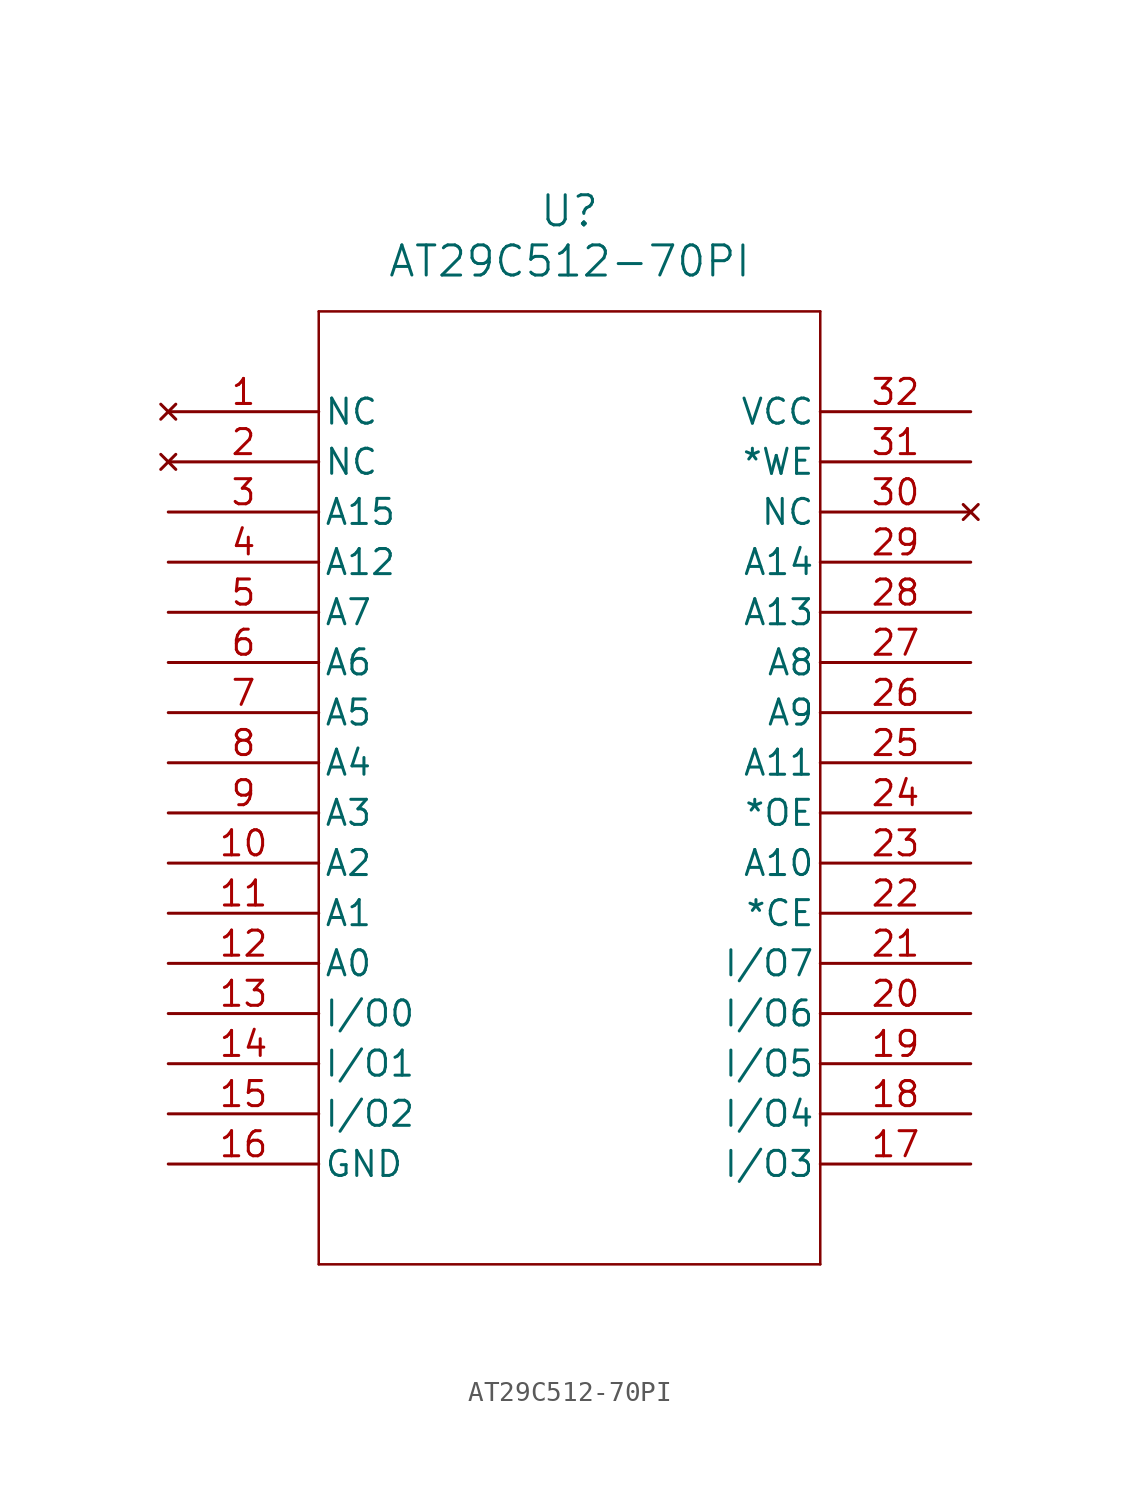
<source format=kicad_sym>
(kicad_symbol_lib
  (version 20211014)
  (generator kicad_symbol_editor)
  (symbol "AT29C512-70PI"
    (pin_names
      (offset 0.254))
    (property "Reference" "U"
      (at 20.32 10.16 0)
      (effects (font (size 1.524 1.524))))
    (property "Value" "AT29C512-70PI"
      (at 20.32 7.62 0)
      (effects (font (size 1.524 1.524))))
    (symbol "AT29C512-70PI_0_1"
      (polyline (pts (xy 7.62 5.08) (xy 7.62 -43.18)) (stroke (width 0.127) (type default) (color 0 0 0 0)) (fill (type none)))
      (polyline (pts (xy 7.62 -43.18) (xy 33.02 -43.18)) (stroke (width 0.127) (type default) (color 0 0 0 0)) (fill (type none)))
      (polyline (pts (xy 33.02 -43.18) (xy 33.02 5.08)) (stroke (width 0.127) (type default) (color 0 0 0 0)) (fill (type none)))
      (polyline (pts (xy 33.02 5.08) (xy 7.62 5.08)) (stroke (width 0.127) (type default) (color 0 0 0 0)) (fill (type none)))
      (pin no_connect line (at 0 0 0) (length 7.62) (name "NC" (effects (font (size 1.27 1.27)))) (number "1" (effects (font (size 1.27 1.27)))))
      (pin no_connect line (at 0 -2.54 0) (length 7.62) (name "NC" (effects (font (size 1.27 1.27)))) (number "2" (effects (font (size 1.27 1.27)))))
      (pin bidirectional line (at 0 -5.08 0) (length 7.62) (name "A15" (effects (font (size 1.27 1.27)))) (number "3" (effects (font (size 1.27 1.27)))))
      (pin bidirectional line (at 0 -7.62 0) (length 7.62) (name "A12" (effects (font (size 1.27 1.27)))) (number "4" (effects (font (size 1.27 1.27)))))
      (pin bidirectional line (at 0 -10.16 0) (length 7.62) (name "A7" (effects (font (size 1.27 1.27)))) (number "5" (effects (font (size 1.27 1.27)))))
      (pin bidirectional line (at 0 -12.7 0) (length 7.62) (name "A6" (effects (font (size 1.27 1.27)))) (number "6" (effects (font (size 1.27 1.27)))))
      (pin bidirectional line (at 0 -15.24 0) (length 7.62) (name "A5" (effects (font (size 1.27 1.27)))) (number "7" (effects (font (size 1.27 1.27)))))
      (pin bidirectional line (at 0 -17.78 0) (length 7.62) (name "A4" (effects (font (size 1.27 1.27)))) (number "8" (effects (font (size 1.27 1.27)))))
      (pin bidirectional line (at 0 -20.32 0) (length 7.62) (name "A3" (effects (font (size 1.27 1.27)))) (number "9" (effects (font (size 1.27 1.27)))))
      (pin bidirectional line (at 0 -22.86 0) (length 7.62) (name "A2" (effects (font (size 1.27 1.27)))) (number "10" (effects (font (size 1.27 1.27)))))
      (pin bidirectional line (at 0 -25.4 0) (length 7.62) (name "A1" (effects (font (size 1.27 1.27)))) (number "11" (effects (font (size 1.27 1.27)))))
      (pin bidirectional line (at 0 -27.94 0) (length 7.62) (name "A0" (effects (font (size 1.27 1.27)))) (number "12" (effects (font (size 1.27 1.27)))))
      (pin bidirectional line (at 0 -30.48 0) (length 7.62) (name "I/O0" (effects (font (size 1.27 1.27)))) (number "13" (effects (font (size 1.27 1.27)))))
      (pin bidirectional line (at 0 -33.02 0) (length 7.62) (name "I/O1" (effects (font (size 1.27 1.27)))) (number "14" (effects (font (size 1.27 1.27)))))
      (pin bidirectional line (at 0 -35.56 0) (length 7.62) (name "I/O2" (effects (font (size 1.27 1.27)))) (number "15" (effects (font (size 1.27 1.27)))))
      (pin power_out line (at 0 -38.1 0) (length 7.62) (name "GND" (effects (font (size 1.27 1.27)))) (number "16" (effects (font (size 1.27 1.27)))))
      (pin bidirectional line (at 40.64 -38.1 180) (length 7.62) (name "I/O3" (effects (font (size 1.27 1.27)))) (number "17" (effects (font (size 1.27 1.27)))))
      (pin bidirectional line (at 40.64 -35.56 180) (length 7.62) (name "I/O4" (effects (font (size 1.27 1.27)))) (number "18" (effects (font (size 1.27 1.27)))))
      (pin bidirectional line (at 40.64 -33.02 180) (length 7.62) (name "I/O5" (effects (font (size 1.27 1.27)))) (number "19" (effects (font (size 1.27 1.27)))))
      (pin bidirectional line (at 40.64 -30.48 180) (length 7.62) (name "I/O6" (effects (font (size 1.27 1.27)))) (number "20" (effects (font (size 1.27 1.27)))))
      (pin bidirectional line (at 40.64 -27.94 180) (length 7.62) (name "I/O7" (effects (font (size 1.27 1.27)))) (number "21" (effects (font (size 1.27 1.27)))))
      (pin unspecified line (at 40.64 -25.4 180) (length 7.62) (name "*CE" (effects (font (size 1.27 1.27)))) (number "22" (effects (font (size 1.27 1.27)))))
      (pin bidirectional line (at 40.64 -22.86 180) (length 7.62) (name "A10" (effects (font (size 1.27 1.27)))) (number "23" (effects (font (size 1.27 1.27)))))
      (pin output line (at 40.64 -20.32 180) (length 7.62) (name "*OE" (effects (font (size 1.27 1.27)))) (number "24" (effects (font (size 1.27 1.27)))))
      (pin bidirectional line (at 40.64 -17.78 180) (length 7.62) (name "A11" (effects (font (size 1.27 1.27)))) (number "25" (effects (font (size 1.27 1.27)))))
      (pin bidirectional line (at 40.64 -15.24 180) (length 7.62) (name "A9" (effects (font (size 1.27 1.27)))) (number "26" (effects (font (size 1.27 1.27)))))
      (pin bidirectional line (at 40.64 -12.7 180) (length 7.62) (name "A8" (effects (font (size 1.27 1.27)))) (number "27" (effects (font (size 1.27 1.27)))))
      (pin bidirectional line (at 40.64 -10.16 180) (length 7.62) (name "A13" (effects (font (size 1.27 1.27)))) (number "28" (effects (font (size 1.27 1.27)))))
      (pin bidirectional line (at 40.64 -7.62 180) (length 7.62) (name "A14" (effects (font (size 1.27 1.27)))) (number "29" (effects (font (size 1.27 1.27)))))
      (pin no_connect line (at 40.64 -5.08 180) (length 7.62) (name "NC" (effects (font (size 1.27 1.27)))) (number "30" (effects (font (size 1.27 1.27)))))
      (pin unspecified line (at 40.64 -2.54 180) (length 7.62) (name "*WE" (effects (font (size 1.27 1.27)))) (number "31" (effects (font (size 1.27 1.27)))))
      (pin power_in line (at 40.64 0 180) (length 7.62) (name "VCC" (effects (font (size 1.27 1.27)))) (number "32" (effects (font (size 1.27 1.27))))))))
</source>
